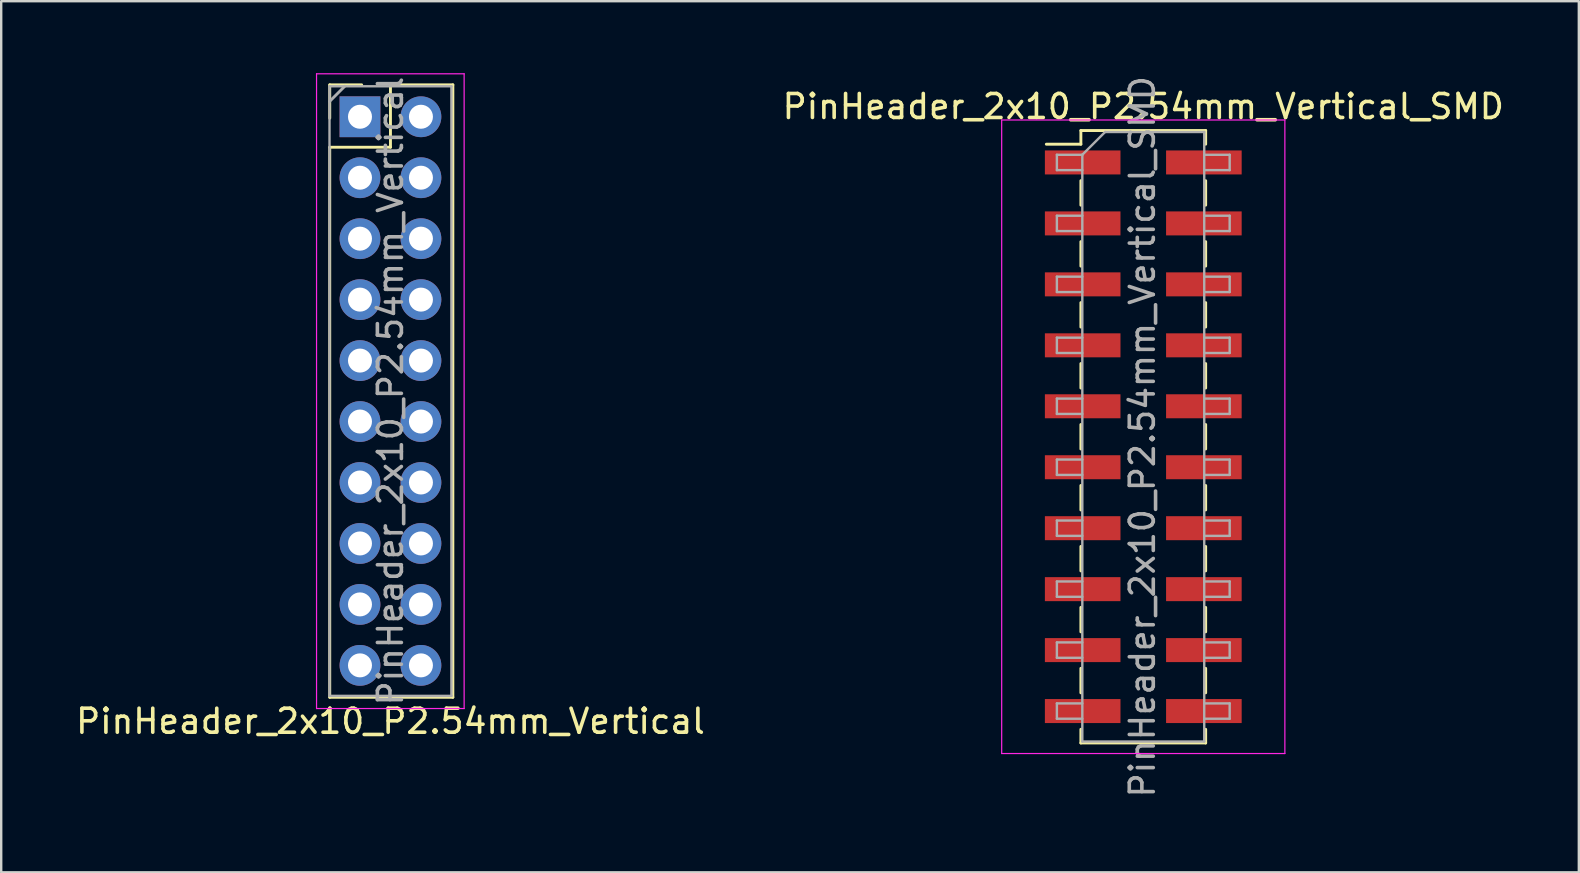
<source format=kicad_pcb>
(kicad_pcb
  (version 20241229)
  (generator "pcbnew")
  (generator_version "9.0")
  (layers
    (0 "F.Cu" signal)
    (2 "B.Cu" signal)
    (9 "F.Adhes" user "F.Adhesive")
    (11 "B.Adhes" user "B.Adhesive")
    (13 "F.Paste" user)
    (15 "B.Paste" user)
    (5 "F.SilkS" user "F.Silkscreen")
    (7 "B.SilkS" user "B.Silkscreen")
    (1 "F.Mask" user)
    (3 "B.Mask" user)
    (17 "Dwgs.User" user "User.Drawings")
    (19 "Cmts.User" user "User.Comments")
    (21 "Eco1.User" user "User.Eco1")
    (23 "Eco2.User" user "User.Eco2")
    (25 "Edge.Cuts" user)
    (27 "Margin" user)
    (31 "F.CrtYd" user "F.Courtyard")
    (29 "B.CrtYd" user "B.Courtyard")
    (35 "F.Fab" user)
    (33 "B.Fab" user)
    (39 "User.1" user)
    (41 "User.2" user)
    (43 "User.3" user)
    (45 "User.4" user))
  (footprint "PinHeader_2x10_P2.54mm_Vertical_SMD"
    (layer "F.Cu")
    (at 44.589 15.149)
    (property "Reference" "PinHeader_2x10_P2.54mm_Vertical_SMD" (at 0 -13.76 180) (layer "F.SilkS") (effects (font (size 1 1) (thickness 0.15))))
    (attr smd)
    (fp_line (start -4.04 -12.19) (end -2.6 -12.19) (stroke (width 0.12) (type solid)) (layer "F.SilkS"))
    (fp_line (start -2.6 -12.76) (end -2.6 -12.19) (stroke (width 0.12) (type solid)) (layer "F.SilkS"))
    (fp_line (start -2.6 -12.76) (end 2.6 -12.76) (stroke (width 0.12) (type solid)) (layer "F.SilkS"))
    (fp_line (start -2.6 -10.67) (end -2.6 -9.65) (stroke (width 0.12) (type solid)) (layer "F.SilkS"))
    (fp_line (start -2.6 -8.13) (end -2.6 -7.11) (stroke (width 0.12) (type solid)) (layer "F.SilkS"))
    (fp_line (start -2.6 -5.59) (end -2.6 -4.57) (stroke (width 0.12) (type solid)) (layer "F.SilkS"))
    (fp_line (start -2.6 -3.05) (end -2.6 -2.03) (stroke (width 0.12) (type solid)) (layer "F.SilkS"))
    (fp_line (start -2.6 -0.51) (end -2.6 0.51) (stroke (width 0.12) (type solid)) (layer "F.SilkS"))
    (fp_line (start -2.6 2.03) (end -2.6 3.05) (stroke (width 0.12) (type solid)) (layer "F.SilkS"))
    (fp_line (start -2.6 4.57) (end -2.6 5.59) (stroke (width 0.12) (type solid)) (layer "F.SilkS"))
    (fp_line (start -2.6 7.11) (end -2.6 8.13) (stroke (width 0.12) (type solid)) (layer "F.SilkS"))
    (fp_line (start -2.6 9.65) (end -2.6 10.67) (stroke (width 0.12) (type solid)) (layer "F.SilkS"))
    (fp_line (start -2.6 12.19) (end -2.6 12.76) (stroke (width 0.12) (type solid)) (layer "F.SilkS"))
    (fp_line (start -2.6 12.76) (end 2.6 12.76) (stroke (width 0.12) (type solid)) (layer "F.SilkS"))
    (fp_line (start 2.6 -12.76) (end 2.6 -12.19) (stroke (width 0.12) (type solid)) (layer "F.SilkS"))
    (fp_line (start 2.6 -10.67) (end 2.6 -9.65) (stroke (width 0.12) (type solid)) (layer "F.SilkS"))
    (fp_line (start 2.6 -8.13) (end 2.6 -7.11) (stroke (width 0.12) (type solid)) (layer "F.SilkS"))
    (fp_line (start 2.6 -5.59) (end 2.6 -4.57) (stroke (width 0.12) (type solid)) (layer "F.SilkS"))
    (fp_line (start 2.6 -3.05) (end 2.6 -2.03) (stroke (width 0.12) (type solid)) (layer "F.SilkS"))
    (fp_line (start 2.6 -0.51) (end 2.6 0.51) (stroke (width 0.12) (type solid)) (layer "F.SilkS"))
    (fp_line (start 2.6 2.03) (end 2.6 3.05) (stroke (width 0.12) (type solid)) (layer "F.SilkS"))
    (fp_line (start 2.6 4.57) (end 2.6 5.59) (stroke (width 0.12) (type solid)) (layer "F.SilkS"))
    (fp_line (start 2.6 7.11) (end 2.6 8.13) (stroke (width 0.12) (type solid)) (layer "F.SilkS"))
    (fp_line (start 2.6 9.65) (end 2.6 10.67) (stroke (width 0.12) (type solid)) (layer "F.SilkS"))
    (fp_line (start 2.6 12.19) (end 2.6 12.76) (stroke (width 0.12) (type solid)) (layer "F.SilkS"))
    (fp_line (start -5.9 -13.2) (end -5.9 13.2) (stroke (width 0.05) (type solid)) (layer "F.CrtYd"))
    (fp_line (start -5.9 13.2) (end 5.9 13.2) (stroke (width 0.05) (type solid)) (layer "F.CrtYd"))
    (fp_line (start 5.9 -13.2) (end -5.9 -13.2) (stroke (width 0.05) (type solid)) (layer "F.CrtYd"))
    (fp_line (start 5.9 13.2) (end 5.9 -13.2) (stroke (width 0.05) (type solid)) (layer "F.CrtYd"))
    (fp_line (start -3.6 -11.75) (end -3.6 -11.11) (stroke (width 0.1) (type solid)) (layer "F.Fab"))
    (fp_line (start -3.6 -11.11) (end -2.54 -11.11) (stroke (width 0.1) (type solid)) (layer "F.Fab"))
    (fp_line (start -3.6 -9.21) (end -3.6 -8.57) (stroke (width 0.1) (type solid)) (layer "F.Fab"))
    (fp_line (start -3.6 -8.57) (end -2.54 -8.57) (stroke (width 0.1) (type solid)) (layer "F.Fab"))
    (fp_line (start -3.6 -6.67) (end -3.6 -6.03) (stroke (width 0.1) (type solid)) (layer "F.Fab"))
    (fp_line (start -3.6 -6.03) (end -2.54 -6.03) (stroke (width 0.1) (type solid)) (layer "F.Fab"))
    (fp_line (start -3.6 -4.13) (end -3.6 -3.49) (stroke (width 0.1) (type solid)) (layer "F.Fab"))
    (fp_line (start -3.6 -3.49) (end -2.54 -3.49) (stroke (width 0.1) (type solid)) (layer "F.Fab"))
    (fp_line (start -3.6 -1.59) (end -3.6 -0.95) (stroke (width 0.1) (type solid)) (layer "F.Fab"))
    (fp_line (start -3.6 -0.95) (end -2.54 -0.95) (stroke (width 0.1) (type solid)) (layer "F.Fab"))
    (fp_line (start -3.6 0.95) (end -3.6 1.59) (stroke (width 0.1) (type solid)) (layer "F.Fab"))
    (fp_line (start -3.6 1.59) (end -2.54 1.59) (stroke (width 0.1) (type solid)) (layer "F.Fab"))
    (fp_line (start -3.6 3.49) (end -3.6 4.13) (stroke (width 0.1) (type solid)) (layer "F.Fab"))
    (fp_line (start -3.6 4.13) (end -2.54 4.13) (stroke (width 0.1) (type solid)) (layer "F.Fab"))
    (fp_line (start -3.6 6.03) (end -3.6 6.67) (stroke (width 0.1) (type solid)) (layer "F.Fab"))
    (fp_line (start -3.6 6.67) (end -2.54 6.67) (stroke (width 0.1) (type solid)) (layer "F.Fab"))
    (fp_line (start -3.6 8.57) (end -3.6 9.21) (stroke (width 0.1) (type solid)) (layer "F.Fab"))
    (fp_line (start -3.6 9.21) (end -2.54 9.21) (stroke (width 0.1) (type solid)) (layer "F.Fab"))
    (fp_line (start -3.6 11.11) (end -3.6 11.75) (stroke (width 0.1) (type solid)) (layer "F.Fab"))
    (fp_line (start -3.6 11.75) (end -2.54 11.75) (stroke (width 0.1) (type solid)) (layer "F.Fab"))
    (fp_line (start -2.54 -11.75) (end -3.6 -11.75) (stroke (width 0.1) (type solid)) (layer "F.Fab"))
    (fp_line (start -2.54 -11.75) (end -1.59 -12.7) (stroke (width 0.1) (type solid)) (layer "F.Fab"))
    (fp_line (start -2.54 -9.21) (end -3.6 -9.21) (stroke (width 0.1) (type solid)) (layer "F.Fab"))
    (fp_line (start -2.54 -6.67) (end -3.6 -6.67) (stroke (width 0.1) (type solid)) (layer "F.Fab"))
    (fp_line (start -2.54 -4.13) (end -3.6 -4.13) (stroke (width 0.1) (type solid)) (layer "F.Fab"))
    (fp_line (start -2.54 -1.59) (end -3.6 -1.59) (stroke (width 0.1) (type solid)) (layer "F.Fab"))
    (fp_line (start -2.54 0.95) (end -3.6 0.95) (stroke (width 0.1) (type solid)) (layer "F.Fab"))
    (fp_line (start -2.54 3.49) (end -3.6 3.49) (stroke (width 0.1) (type solid)) (layer "F.Fab"))
    (fp_line (start -2.54 6.03) (end -3.6 6.03) (stroke (width 0.1) (type solid)) (layer "F.Fab"))
    (fp_line (start -2.54 8.57) (end -3.6 8.57) (stroke (width 0.1) (type solid)) (layer "F.Fab"))
    (fp_line (start -2.54 11.11) (end -3.6 11.11) (stroke (width 0.1) (type solid)) (layer "F.Fab"))
    (fp_line (start -2.54 12.7) (end -2.54 -11.75) (stroke (width 0.1) (type solid)) (layer "F.Fab"))
    (fp_line (start -1.59 -12.7) (end 2.54 -12.7) (stroke (width 0.1) (type solid)) (layer "F.Fab"))
    (fp_line (start 2.54 -12.7) (end 2.54 12.7) (stroke (width 0.1) (type solid)) (layer "F.Fab"))
    (fp_line (start 2.54 -11.75) (end 3.6 -11.75) (stroke (width 0.1) (type solid)) (layer "F.Fab"))
    (fp_line (start 2.54 -9.21) (end 3.6 -9.21) (stroke (width 0.1) (type solid)) (layer "F.Fab"))
    (fp_line (start 2.54 -6.67) (end 3.6 -6.67) (stroke (width 0.1) (type solid)) (layer "F.Fab"))
    (fp_line (start 2.54 -4.13) (end 3.6 -4.13) (stroke (width 0.1) (type solid)) (layer "F.Fab"))
    (fp_line (start 2.54 -1.59) (end 3.6 -1.59) (stroke (width 0.1) (type solid)) (layer "F.Fab"))
    (fp_line (start 2.54 0.95) (end 3.6 0.95) (stroke (width 0.1) (type solid)) (layer "F.Fab"))
    (fp_line (start 2.54 3.49) (end 3.6 3.49) (stroke (width 0.1) (type solid)) (layer "F.Fab"))
    (fp_line (start 2.54 6.03) (end 3.6 6.03) (stroke (width 0.1) (type solid)) (layer "F.Fab"))
    (fp_line (start 2.54 8.57) (end 3.6 8.57) (stroke (width 0.1) (type solid)) (layer "F.Fab"))
    (fp_line (start 2.54 11.11) (end 3.6 11.11) (stroke (width 0.1) (type solid)) (layer "F.Fab"))
    (fp_line (start 2.54 12.7) (end -2.54 12.7) (stroke (width 0.1) (type solid)) (layer "F.Fab"))
    (fp_line (start 3.6 -11.75) (end 3.6 -11.11) (stroke (width 0.1) (type solid)) (layer "F.Fab"))
    (fp_line (start 3.6 -11.11) (end 2.54 -11.11) (stroke (width 0.1) (type solid)) (layer "F.Fab"))
    (fp_line (start 3.6 -9.21) (end 3.6 -8.57) (stroke (width 0.1) (type solid)) (layer "F.Fab"))
    (fp_line (start 3.6 -8.57) (end 2.54 -8.57) (stroke (width 0.1) (type solid)) (layer "F.Fab"))
    (fp_line (start 3.6 -6.67) (end 3.6 -6.03) (stroke (width 0.1) (type solid)) (layer "F.Fab"))
    (fp_line (start 3.6 -6.03) (end 2.54 -6.03) (stroke (width 0.1) (type solid)) (layer "F.Fab"))
    (fp_line (start 3.6 -4.13) (end 3.6 -3.49) (stroke (width 0.1) (type solid)) (layer "F.Fab"))
    (fp_line (start 3.6 -3.49) (end 2.54 -3.49) (stroke (width 0.1) (type solid)) (layer "F.Fab"))
    (fp_line (start 3.6 -1.59) (end 3.6 -0.95) (stroke (width 0.1) (type solid)) (layer "F.Fab"))
    (fp_line (start 3.6 -0.95) (end 2.54 -0.95) (stroke (width 0.1) (type solid)) (layer "F.Fab"))
    (fp_line (start 3.6 0.95) (end 3.6 1.59) (stroke (width 0.1) (type solid)) (layer "F.Fab"))
    (fp_line (start 3.6 1.59) (end 2.54 1.59) (stroke (width 0.1) (type solid)) (layer "F.Fab"))
    (fp_line (start 3.6 3.49) (end 3.6 4.13) (stroke (width 0.1) (type solid)) (layer "F.Fab"))
    (fp_line (start 3.6 4.13) (end 2.54 4.13) (stroke (width 0.1) (type solid)) (layer "F.Fab"))
    (fp_line (start 3.6 6.03) (end 3.6 6.67) (stroke (width 0.1) (type solid)) (layer "F.Fab"))
    (fp_line (start 3.6 6.67) (end 2.54 6.67) (stroke (width 0.1) (type solid)) (layer "F.Fab"))
    (fp_line (start 3.6 8.57) (end 3.6 9.21) (stroke (width 0.1) (type solid)) (layer "F.Fab"))
    (fp_line (start 3.6 9.21) (end 2.54 9.21) (stroke (width 0.1) (type solid)) (layer "F.Fab"))
    (fp_line (start 3.6 11.11) (end 3.6 11.75) (stroke (width 0.1) (type solid)) (layer "F.Fab"))
    (fp_line (start 3.6 11.75) (end 2.54 11.75) (stroke (width 0.1) (type solid)) (layer "F.Fab"))
    (fp_text user "${REFERENCE}" (at -0.038 0 90) (layer "F.Fab") (effects (font (size 1 1) (thickness 0.15))))
    (pad "1" smd rect (at -2.525 -11.43) (size 3.15 1) (layers "F.Cu" "F.Mask" "F.Paste"))
    (pad "2" smd rect (at 2.525 -11.43) (size 3.15 1) (layers "F.Cu" "F.Mask" "F.Paste"))
    (pad "3" smd rect (at -2.525 -8.89) (size 3.15 1) (layers "F.Cu" "F.Mask" "F.Paste"))
    (pad "4" smd rect (at 2.525 -8.89) (size 3.15 1) (layers "F.Cu" "F.Mask" "F.Paste"))
    (pad "5" smd rect (at -2.525 -6.35) (size 3.15 1) (layers "F.Cu" "F.Mask" "F.Paste"))
    (pad "6" smd rect (at 2.525 -6.35) (size 3.15 1) (layers "F.Cu" "F.Mask" "F.Paste"))
    (pad "7" smd rect (at -2.525 -3.81) (size 3.15 1) (layers "F.Cu" "F.Mask" "F.Paste"))
    (pad "8" smd rect (at 2.525 -3.81) (size 3.15 1) (layers "F.Cu" "F.Mask" "F.Paste"))
    (pad "9" smd rect (at -2.525 -1.27) (size 3.15 1) (layers "F.Cu" "F.Mask" "F.Paste"))
    (pad "10" smd rect (at 2.525 -1.27) (size 3.15 1) (layers "F.Cu" "F.Mask" "F.Paste"))
    (pad "11" smd rect (at -2.525 1.27) (size 3.15 1) (layers "F.Cu" "F.Mask" "F.Paste"))
    (pad "12" smd rect (at 2.525 1.27) (size 3.15 1) (layers "F.Cu" "F.Mask" "F.Paste"))
    (pad "13" smd rect (at -2.525 3.81) (size 3.15 1) (layers "F.Cu" "F.Mask" "F.Paste"))
    (pad "14" smd rect (at 2.525 3.81) (size 3.15 1) (layers "F.Cu" "F.Mask" "F.Paste"))
    (pad "15" smd rect (at -2.525 6.35) (size 3.15 1) (layers "F.Cu" "F.Mask" "F.Paste"))
    (pad "16" smd rect (at 2.525 6.35) (size 3.15 1) (layers "F.Cu" "F.Mask" "F.Paste"))
    (pad "17" smd rect (at -2.525 8.89) (size 3.15 1) (layers "F.Cu" "F.Mask" "F.Paste"))
    (pad "18" smd rect (at 2.525 8.89) (size 3.15 1) (layers "F.Cu" "F.Mask" "F.Paste"))
    (pad "19" smd rect (at -2.525 11.43) (size 3.15 1) (layers "F.Cu" "F.Mask" "F.Paste"))
    (pad "20" smd rect (at 2.525 11.43) (size 3.15 1) (layers "F.Cu" "F.Mask" "F.Paste")))
  (footprint "PinHeader_2x10_P2.54mm_Vertical"
    (layer "F.Cu")
    (at 11.95 1.815)
    (property "Reference" "PinHeader_2x10_P2.54mm_Vertical" (at 1.27 25.19 180) (layer "F.SilkS") (effects (font (size 1 1) (thickness 0.15))))
    (attr through_hole)
    (fp_line (start -1.26 -1.33) (end -1.26 0.06) (stroke (width 0.12) (type solid)) (layer "F.SilkS"))
    (fp_line (start -1.26 1.27) (end 1.27 1.27) (stroke (width 0.12) (type solid)) (layer "F.SilkS"))
    (fp_line (start -1.26 24.19) (end -1.26 1.27) (stroke (width 0.12) (type solid)) (layer "F.SilkS"))
    (fp_line (start 0.07 -1.33) (end -1.26 -1.33) (stroke (width 0.12) (type solid)) (layer "F.SilkS"))
    (fp_line (start 1.27 1.27) (end 1.27 -1.33) (stroke (width 0.12) (type solid)) (layer "F.SilkS"))
    (fp_line (start 3.87 -1.33) (end 1.27 -1.33) (stroke (width 0.12) (type solid)) (layer "F.SilkS"))
    (fp_line (start 3.87 24.19) (end -1.26 24.19) (stroke (width 0.12) (type solid)) (layer "F.SilkS"))
    (fp_line (start 3.87 24.19) (end 3.87 -1.33) (stroke (width 0.12) (type solid)) (layer "F.SilkS"))
    (fp_line (start -1.81 -1.79) (end -1.81 24.66) (stroke (width 0.05) (type solid)) (layer "F.CrtYd"))
    (fp_line (start -1.81 24.66) (end 4.34 24.66) (stroke (width 0.05) (type solid)) (layer "F.CrtYd"))
    (fp_line (start 4.34 -1.79) (end -1.81 -1.79) (stroke (width 0.05) (type solid)) (layer "F.CrtYd"))
    (fp_line (start 4.34 24.66) (end 4.34 -1.79) (stroke (width 0.05) (type solid)) (layer "F.CrtYd"))
    (fp_line (start -1.27 -1.27) (end 3.81 -1.27) (stroke (width 0.1) (type solid)) (layer "F.Fab"))
    (fp_line (start -1.27 -0.635) (end -0.635 -1.27) (stroke (width 0.12) (type solid)) (layer "F.Fab"))
    (fp_line (start -1.27 24.13) (end -1.27 -1.27) (stroke (width 0.1) (type solid)) (layer "F.Fab"))
    (fp_line (start 3.81 -1.27) (end 3.81 24.13) (stroke (width 0.1) (type solid)) (layer "F.Fab"))
    (fp_line (start 3.81 24.13) (end -1.27 24.13) (stroke (width 0.1) (type solid)) (layer "F.Fab"))
    (fp_text user "${REFERENCE}" (at 1.27 11.43 270) (layer "F.Fab") (effects (font (size 1 1) (thickness 0.15))))
    (pad "1" thru_hole rect (at 0 0 180) (size 1.7 1.7) (drill 1) (layers "*.Cu" "*.Mask"))
    (pad "2" thru_hole oval (at 2.54 0 180) (size 1.7 1.7) (drill 1) (layers "*.Cu" "*.Mask"))
    (pad "3" thru_hole oval (at 0 2.54 180) (size 1.7 1.7) (drill 1) (layers "*.Cu" "*.Mask"))
    (pad "4" thru_hole oval (at 2.54 2.54 180) (size 1.7 1.7) (drill 1) (layers "*.Cu" "*.Mask"))
    (pad "5" thru_hole oval (at 0 5.08 180) (size 1.7 1.7) (drill 1) (layers "*.Cu" "*.Mask"))
    (pad "6" thru_hole oval (at 2.54 5.08 180) (size 1.7 1.7) (drill 1) (layers "*.Cu" "*.Mask"))
    (pad "7" thru_hole oval (at 0 7.62 180) (size 1.7 1.7) (drill 1) (layers "*.Cu" "*.Mask"))
    (pad "8" thru_hole oval (at 2.54 7.62 180) (size 1.7 1.7) (drill 1) (layers "*.Cu" "*.Mask"))
    (pad "9" thru_hole oval (at 0 10.16 180) (size 1.7 1.7) (drill 1) (layers "*.Cu" "*.Mask"))
    (pad "10" thru_hole oval (at 2.54 10.16 180) (size 1.7 1.7) (drill 1) (layers "*.Cu" "*.Mask"))
    (pad "11" thru_hole oval (at 0 12.7 180) (size 1.7 1.7) (drill 1) (layers "*.Cu" "*.Mask"))
    (pad "12" thru_hole oval (at 2.54 12.7 180) (size 1.7 1.7) (drill 1) (layers "*.Cu" "*.Mask"))
    (pad "13" thru_hole oval (at 0 15.24 180) (size 1.7 1.7) (drill 1) (layers "*.Cu" "*.Mask"))
    (pad "14" thru_hole oval (at 2.54 15.24 180) (size 1.7 1.7) (drill 1) (layers "*.Cu" "*.Mask"))
    (pad "15" thru_hole oval (at 0 17.78 180) (size 1.7 1.7) (drill 1) (layers "*.Cu" "*.Mask"))
    (pad "16" thru_hole oval (at 2.54 17.78 180) (size 1.7 1.7) (drill 1) (layers "*.Cu" "*.Mask"))
    (pad "17" thru_hole oval (at 0 20.32 180) (size 1.7 1.7) (drill 1) (layers "*.Cu" "*.Mask"))
    (pad "18" thru_hole oval (at 2.54 20.32 180) (size 1.7 1.7) (drill 1) (layers "*.Cu" "*.Mask"))
    (pad "19" thru_hole oval (at 0 22.86 180) (size 1.7 1.7) (drill 1) (layers "*.Cu" "*.Mask"))
    (pad "20" thru_hole circle (at 2.54 22.86 180) (size 1.7 1.7) (drill 1) (layers "*.Cu" "*.Mask")))
  (gr_rect
    (start -3 -3)
    (end 62.738 33.298)
    (stroke (width 0.1) (type default))
    (fill no)
    (layer "Edge.Cuts")))
</source>
